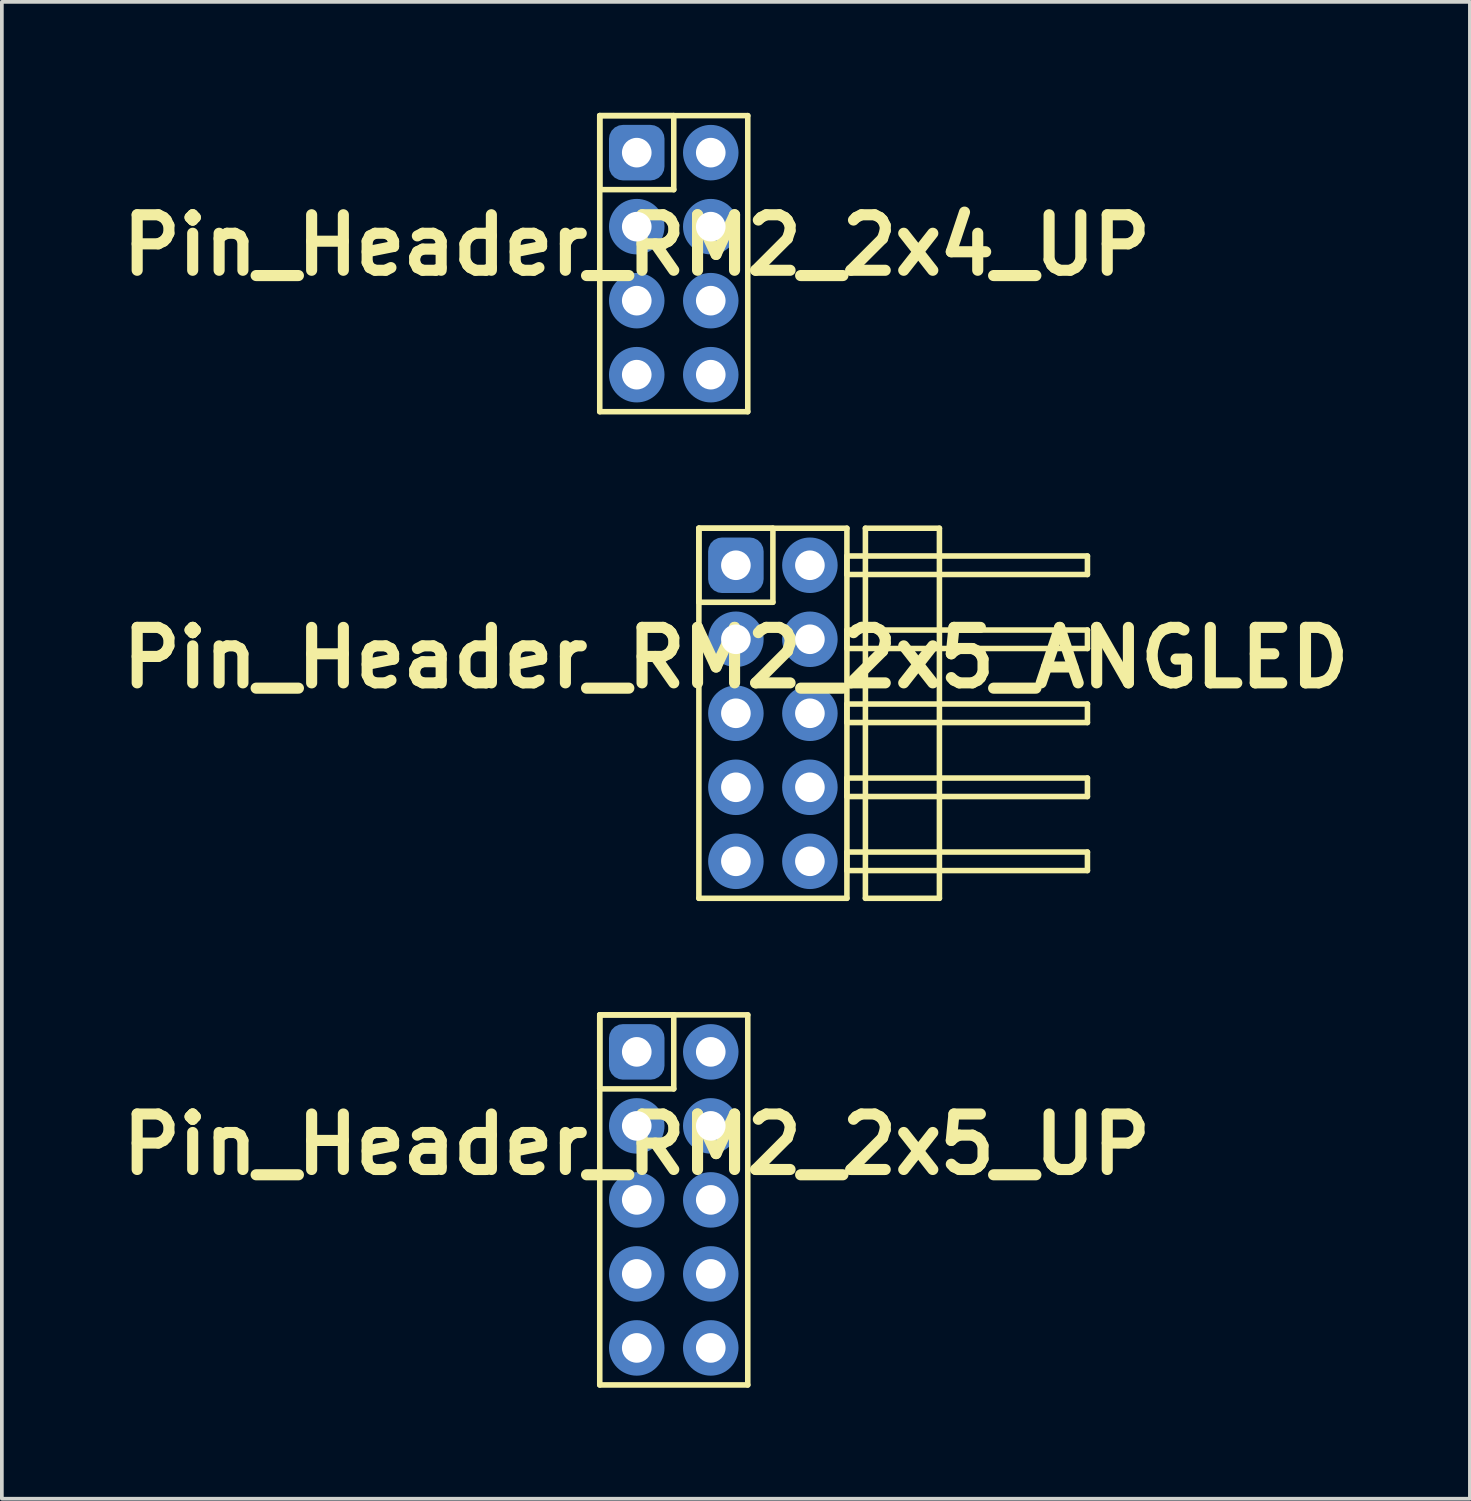
<source format=kicad_pcb>
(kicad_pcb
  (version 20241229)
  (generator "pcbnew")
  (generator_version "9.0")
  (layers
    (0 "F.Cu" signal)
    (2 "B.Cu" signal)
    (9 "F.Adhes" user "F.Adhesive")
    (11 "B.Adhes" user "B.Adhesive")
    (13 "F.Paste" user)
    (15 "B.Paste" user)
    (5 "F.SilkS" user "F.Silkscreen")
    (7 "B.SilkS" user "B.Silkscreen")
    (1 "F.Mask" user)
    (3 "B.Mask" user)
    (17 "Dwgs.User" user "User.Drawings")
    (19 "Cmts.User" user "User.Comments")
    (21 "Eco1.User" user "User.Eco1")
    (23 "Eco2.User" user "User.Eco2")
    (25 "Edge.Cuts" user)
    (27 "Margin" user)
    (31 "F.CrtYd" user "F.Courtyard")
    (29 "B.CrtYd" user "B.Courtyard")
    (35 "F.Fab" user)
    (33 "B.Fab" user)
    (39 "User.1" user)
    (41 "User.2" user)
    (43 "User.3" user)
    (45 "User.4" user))
  (footprint "Pin_Header_RM2_2x5_ANGLED"
    (layer "F.Cu")
    (at 16.836 12.225)
    (property "Reference" "Pin_Header_RM2_2x5_ANGLED" (at 0 2.5 0) (layer "F.SilkS") (effects (font (size 1.5 1.5) (thickness 0.3))))
    (attr through_hole)
    (fp_line (start -1 -1) (end 1 -1) (stroke (width 0.15) (type solid)) (layer "F.SilkS"))
    (fp_line (start -1 -1) (end 3 -1) (stroke (width 0.15) (type solid)) (layer "F.SilkS"))
    (fp_line (start -1 1) (end -1 -1) (stroke (width 0.15) (type solid)) (layer "F.SilkS"))
    (fp_line (start -1 9) (end -1 -1) (stroke (width 0.15) (type solid)) (layer "F.SilkS"))
    (fp_line (start 1 -1) (end 1 1) (stroke (width 0.15) (type solid)) (layer "F.SilkS"))
    (fp_line (start 1 1) (end -1 1) (stroke (width 0.15) (type solid)) (layer "F.SilkS"))
    (fp_line (start 3 -1) (end 3 9) (stroke (width 0.15) (type solid)) (layer "F.SilkS"))
    (fp_line (start 3 -0.25) (end 9.5 -0.25) (stroke (width 0.15) (type solid)) (layer "F.SilkS"))
    (fp_line (start 3 0.25) (end 3 -0.25) (stroke (width 0.15) (type solid)) (layer "F.SilkS"))
    (fp_line (start 3 1.75) (end 9.5 1.75) (stroke (width 0.15) (type solid)) (layer "F.SilkS"))
    (fp_line (start 3 2.25) (end 3 1.75) (stroke (width 0.15) (type solid)) (layer "F.SilkS"))
    (fp_line (start 3 3.75) (end 9.5 3.75) (stroke (width 0.15) (type solid)) (layer "F.SilkS"))
    (fp_line (start 3 4.25) (end 3 3.75) (stroke (width 0.15) (type solid)) (layer "F.SilkS"))
    (fp_line (start 3 5.75) (end 9.5 5.75) (stroke (width 0.15) (type solid)) (layer "F.SilkS"))
    (fp_line (start 3 6.25) (end 3 5.75) (stroke (width 0.15) (type solid)) (layer "F.SilkS"))
    (fp_line (start 3 7.75) (end 9.5 7.75) (stroke (width 0.15) (type solid)) (layer "F.SilkS"))
    (fp_line (start 3 8.25) (end 3 7.75) (stroke (width 0.15) (type solid)) (layer "F.SilkS"))
    (fp_line (start 3 9) (end -1 9) (stroke (width 0.15) (type solid)) (layer "F.SilkS"))
    (fp_line (start 3.5 -1) (end 5.5 -1) (stroke (width 0.15) (type solid)) (layer "F.SilkS"))
    (fp_line (start 3.5 9) (end 3.5 -1) (stroke (width 0.15) (type solid)) (layer "F.SilkS"))
    (fp_line (start 5.5 -1) (end 5.5 9) (stroke (width 0.15) (type solid)) (layer "F.SilkS"))
    (fp_line (start 5.5 9) (end 3.5 9) (stroke (width 0.15) (type solid)) (layer "F.SilkS"))
    (fp_line (start 9.5 -0.25) (end 9.5 0.25) (stroke (width 0.15) (type solid)) (layer "F.SilkS"))
    (fp_line (start 9.5 0.25) (end 3 0.25) (stroke (width 0.15) (type solid)) (layer "F.SilkS"))
    (fp_line (start 9.5 1.75) (end 9.5 2.25) (stroke (width 0.15) (type solid)) (layer "F.SilkS"))
    (fp_line (start 9.5 2.25) (end 3 2.25) (stroke (width 0.15) (type solid)) (layer "F.SilkS"))
    (fp_line (start 9.5 3.75) (end 9.5 4.25) (stroke (width 0.15) (type solid)) (layer "F.SilkS"))
    (fp_line (start 9.5 4.25) (end 3 4.25) (stroke (width 0.15) (type solid)) (layer "F.SilkS"))
    (fp_line (start 9.5 5.75) (end 9.5 6.25) (stroke (width 0.15) (type solid)) (layer "F.SilkS"))
    (fp_line (start 9.5 6.25) (end 3 6.25) (stroke (width 0.15) (type solid)) (layer "F.SilkS"))
    (fp_line (start 9.5 7.75) (end 9.5 8.25) (stroke (width 0.15) (type solid)) (layer "F.SilkS"))
    (fp_line (start 9.5 8.25) (end 3 8.25) (stroke (width 0.15) (type solid)) (layer "F.SilkS"))
    (pad "1" thru_hole circle (at 0 0) (size 1.1 1.1) (drill 0.8) (layers "*.Cu" "*.Mask"))
    (pad "1" smd roundrect (at 0 0) (size 1.25 1.25) (layers "F.Cu" "F.Mask") (roundrect_rratio 0.25))
    (pad "1" smd roundrect (at 0 0) (size 1.5 1.5) (layers "B.Cu" "B.Mask") (roundrect_rratio 0.25))
    (pad "2" thru_hole circle (at 2 0) (size 1.1 1.1) (drill 0.8) (layers "*.Cu" "*.Mask"))
    (pad "2" smd circle (at 2 0) (size 1.25 1.25) (layers "F.Cu" "F.Mask"))
    (pad "2" smd circle (at 2 0) (size 1.5 1.5) (layers "B.Cu" "B.Mask"))
    (pad "3" thru_hole circle (at 0 2) (size 1.1 1.1) (drill 0.8) (layers "*.Cu" "*.Mask"))
    (pad "3" smd circle (at 0 2) (size 1.25 1.25) (layers "F.Cu" "F.Mask"))
    (pad "3" smd circle (at 0 2) (size 1.5 1.5) (layers "B.Cu" "B.Mask"))
    (pad "4" thru_hole circle (at 2 2) (size 1.1 1.1) (drill 0.8) (layers "*.Cu" "*.Mask"))
    (pad "4" smd circle (at 2 2) (size 1.25 1.25) (layers "F.Cu" "F.Mask"))
    (pad "4" smd circle (at 2 2) (size 1.5 1.5) (layers "B.Cu" "B.Mask"))
    (pad "5" thru_hole circle (at 0 4) (size 1.1 1.1) (drill 0.8) (layers "*.Cu" "*.Mask"))
    (pad "5" smd circle (at 0 4) (size 1.25 1.25) (layers "F.Cu" "F.Mask"))
    (pad "5" smd circle (at 0 4) (size 1.5 1.5) (layers "B.Cu" "B.Mask"))
    (pad "6" thru_hole circle (at 2 4) (size 1.1 1.1) (drill 0.8) (layers "*.Cu" "*.Mask"))
    (pad "6" smd circle (at 2 4) (size 1.25 1.25) (layers "F.Cu" "F.Mask"))
    (pad "6" smd circle (at 2 4) (size 1.5 1.5) (layers "B.Cu" "B.Mask"))
    (pad "7" thru_hole circle (at 0 6) (size 1.1 1.1) (drill 0.8) (layers "*.Cu" "*.Mask"))
    (pad "7" smd circle (at 0 6) (size 1.25 1.25) (layers "F.Cu" "F.Mask"))
    (pad "7" smd circle (at 0 6) (size 1.5 1.5) (layers "B.Cu" "B.Mask"))
    (pad "8" thru_hole circle (at 2 6) (size 1.1 1.1) (drill 0.8) (layers "*.Cu" "*.Mask"))
    (pad "8" smd circle (at 2 6) (size 1.25 1.25) (layers "F.Cu" "F.Mask"))
    (pad "8" smd circle (at 2 6) (size 1.5 1.5) (layers "B.Cu" "B.Mask"))
    (pad "9" thru_hole circle (at 0 8) (size 1.1 1.1) (drill 0.8) (layers "*.Cu" "*.Mask"))
    (pad "9" smd circle (at 0 8) (size 1.25 1.25) (layers "F.Cu" "F.Mask"))
    (pad "9" smd circle (at 0 8) (size 1.5 1.5) (layers "B.Cu" "B.Mask"))
    (pad "10" thru_hole circle (at 2 8) (size 1.1 1.1) (drill 0.8) (layers "*.Cu" "*.Mask"))
    (pad "10" smd circle (at 2 8) (size 1.25 1.25) (layers "F.Cu" "F.Mask"))
    (pad "10" smd circle (at 2 8) (size 1.5 1.5) (layers "B.Cu" "B.Mask")))
  (footprint "Pin_Header_RM2_2x4_UP"
    (layer "F.Cu")
    (at 14.157 1.075)
    (property "Reference" "Pin_Header_RM2_2x4_UP" (at 0 2.5 0) (layer "F.SilkS") (effects (font (size 1.5 1.5) (thickness 0.3))))
    (attr through_hole)
    (fp_line (start -1 -1) (end 1 -1) (stroke (width 0.15) (type solid)) (layer "F.SilkS"))
    (fp_line (start -1 -1) (end 3 -1) (stroke (width 0.15) (type solid)) (layer "F.SilkS"))
    (fp_line (start -1 1) (end -1 -1) (stroke (width 0.15) (type solid)) (layer "F.SilkS"))
    (fp_line (start -1 7) (end -1 -1) (stroke (width 0.15) (type solid)) (layer "F.SilkS"))
    (fp_line (start 1 -1) (end 1 1) (stroke (width 0.15) (type solid)) (layer "F.SilkS"))
    (fp_line (start 1 1) (end -1 1) (stroke (width 0.15) (type solid)) (layer "F.SilkS"))
    (fp_line (start 3 -1) (end 3 7) (stroke (width 0.15) (type solid)) (layer "F.SilkS"))
    (fp_line (start 3 7) (end -1 7) (stroke (width 0.15) (type solid)) (layer "F.SilkS"))
    (pad "1" thru_hole circle (at 0 0) (size 1.1 1.1) (drill 0.8) (layers "*.Cu" "*.Mask"))
    (pad "1" smd roundrect (at 0 0) (size 1.25 1.25) (layers "F.Cu" "F.Mask") (roundrect_rratio 0.25))
    (pad "1" smd roundrect (at 0 0) (size 1.5 1.5) (layers "B.Cu" "B.Mask") (roundrect_rratio 0.25))
    (pad "2" thru_hole circle (at 2 0) (size 1.1 1.1) (drill 0.8) (layers "*.Cu" "*.Mask"))
    (pad "2" smd circle (at 2 0) (size 1.25 1.25) (layers "F.Cu" "F.Mask"))
    (pad "2" smd circle (at 2 0) (size 1.5 1.5) (layers "B.Cu" "B.Mask"))
    (pad "3" thru_hole circle (at 0 2) (size 1.1 1.1) (drill 0.8) (layers "*.Cu" "*.Mask"))
    (pad "3" smd circle (at 0 2) (size 1.25 1.25) (layers "F.Cu" "F.Mask"))
    (pad "3" smd circle (at 0 2) (size 1.5 1.5) (layers "B.Cu" "B.Mask"))
    (pad "4" thru_hole circle (at 2 2) (size 1.1 1.1) (drill 0.8) (layers "*.Cu" "*.Mask"))
    (pad "4" smd circle (at 2 2) (size 1.25 1.25) (layers "F.Cu" "F.Mask"))
    (pad "4" smd circle (at 2 2) (size 1.5 1.5) (layers "B.Cu" "B.Mask"))
    (pad "5" thru_hole circle (at 0 4) (size 1.1 1.1) (drill 0.8) (layers "*.Cu" "*.Mask"))
    (pad "5" smd circle (at 0 4) (size 1.25 1.25) (layers "F.Cu" "F.Mask"))
    (pad "5" smd circle (at 0 4) (size 1.5 1.5) (layers "B.Cu" "B.Mask"))
    (pad "6" thru_hole circle (at 2 4) (size 1.1 1.1) (drill 0.8) (layers "*.Cu" "*.Mask"))
    (pad "6" smd circle (at 2 4) (size 1.25 1.25) (layers "F.Cu" "F.Mask"))
    (pad "6" smd circle (at 2 4) (size 1.5 1.5) (layers "B.Cu" "B.Mask"))
    (pad "7" thru_hole circle (at 0 6) (size 1.1 1.1) (drill 0.8) (layers "*.Cu" "*.Mask"))
    (pad "7" smd circle (at 0 6) (size 1.25 1.25) (layers "F.Cu" "F.Mask"))
    (pad "7" smd circle (at 0 6) (size 1.5 1.5) (layers "B.Cu" "B.Mask"))
    (pad "8" thru_hole circle (at 2 6) (size 1.1 1.1) (drill 0.8) (layers "*.Cu" "*.Mask"))
    (pad "8" smd circle (at 2 6) (size 1.25 1.25) (layers "F.Cu" "F.Mask"))
    (pad "8" smd circle (at 2 6) (size 1.5 1.5) (layers "B.Cu" "B.Mask")))
  (footprint "Pin_Header_RM2_2x5_UP"
    (layer "F.Cu")
    (at 14.157 25.375)
    (property "Reference" "Pin_Header_RM2_2x5_UP" (at 0 2.5 0) (layer "F.SilkS") (effects (font (size 1.5 1.5) (thickness 0.3))))
    (attr through_hole)
    (fp_line (start -1 -1) (end 1 -1) (stroke (width 0.15) (type solid)) (layer "F.SilkS"))
    (fp_line (start -1 -1) (end 3 -1) (stroke (width 0.15) (type solid)) (layer "F.SilkS"))
    (fp_line (start -1 1) (end -1 -1) (stroke (width 0.15) (type solid)) (layer "F.SilkS"))
    (fp_line (start -1 9) (end -1 -1) (stroke (width 0.15) (type solid)) (layer "F.SilkS"))
    (fp_line (start 1 -1) (end 1 1) (stroke (width 0.15) (type solid)) (layer "F.SilkS"))
    (fp_line (start 1 1) (end -1 1) (stroke (width 0.15) (type solid)) (layer "F.SilkS"))
    (fp_line (start 3 -1) (end 3 9) (stroke (width 0.15) (type solid)) (layer "F.SilkS"))
    (fp_line (start 3 9) (end -1 9) (stroke (width 0.15) (type solid)) (layer "F.SilkS"))
    (pad "1" thru_hole circle (at 0 0) (size 1.1 1.1) (drill 0.8) (layers "*.Cu" "*.Mask"))
    (pad "1" smd roundrect (at 0 0) (size 1.25 1.25) (layers "F.Cu" "F.Mask") (roundrect_rratio 0.25))
    (pad "1" smd roundrect (at 0 0) (size 1.5 1.5) (layers "B.Cu" "B.Mask") (roundrect_rratio 0.25))
    (pad "2" thru_hole circle (at 2 0) (size 1.1 1.1) (drill 0.8) (layers "*.Cu" "*.Mask"))
    (pad "2" smd circle (at 2 0) (size 1.25 1.25) (layers "F.Cu" "F.Mask"))
    (pad "2" smd circle (at 2 0) (size 1.5 1.5) (layers "B.Cu" "B.Mask"))
    (pad "3" thru_hole circle (at 0 2) (size 1.1 1.1) (drill 0.8) (layers "*.Cu" "*.Mask"))
    (pad "3" smd circle (at 0 2) (size 1.25 1.25) (layers "F.Cu" "F.Mask"))
    (pad "3" smd circle (at 0 2) (size 1.5 1.5) (layers "B.Cu" "B.Mask"))
    (pad "4" thru_hole circle (at 2 2) (size 1.1 1.1) (drill 0.8) (layers "*.Cu" "*.Mask"))
    (pad "4" smd circle (at 2 2) (size 1.25 1.25) (layers "F.Cu" "F.Mask"))
    (pad "4" smd circle (at 2 2) (size 1.5 1.5) (layers "B.Cu" "B.Mask"))
    (pad "5" thru_hole circle (at 0 4) (size 1.1 1.1) (drill 0.8) (layers "*.Cu" "*.Mask"))
    (pad "5" smd circle (at 0 4) (size 1.25 1.25) (layers "F.Cu" "F.Mask"))
    (pad "5" smd circle (at 0 4) (size 1.5 1.5) (layers "B.Cu" "B.Mask"))
    (pad "6" thru_hole circle (at 2 4) (size 1.1 1.1) (drill 0.8) (layers "*.Cu" "*.Mask"))
    (pad "6" smd circle (at 2 4) (size 1.25 1.25) (layers "F.Cu" "F.Mask"))
    (pad "6" smd circle (at 2 4) (size 1.5 1.5) (layers "B.Cu" "B.Mask"))
    (pad "7" thru_hole circle (at 0 6) (size 1.1 1.1) (drill 0.8) (layers "*.Cu" "*.Mask"))
    (pad "7" smd circle (at 0 6) (size 1.25 1.25) (layers "F.Cu" "F.Mask"))
    (pad "7" smd circle (at 0 6) (size 1.5 1.5) (layers "B.Cu" "B.Mask"))
    (pad "8" thru_hole circle (at 2 6) (size 1.1 1.1) (drill 0.8) (layers "*.Cu" "*.Mask"))
    (pad "8" smd circle (at 2 6) (size 1.25 1.25) (layers "F.Cu" "F.Mask"))
    (pad "8" smd circle (at 2 6) (size 1.5 1.5) (layers "B.Cu" "B.Mask"))
    (pad "9" thru_hole circle (at 0 8) (size 1.1 1.1) (drill 0.8) (layers "*.Cu" "*.Mask"))
    (pad "9" smd circle (at 0 8) (size 1.25 1.25) (layers "F.Cu" "F.Mask"))
    (pad "9" smd circle (at 0 8) (size 1.5 1.5) (layers "B.Cu" "B.Mask"))
    (pad "10" thru_hole circle (at 2 8) (size 1.1 1.1) (drill 0.8) (layers "*.Cu" "*.Mask"))
    (pad "10" smd circle (at 2 8) (size 1.25 1.25) (layers "F.Cu" "F.Mask"))
    (pad "10" smd circle (at 2 8) (size 1.5 1.5) (layers "B.Cu" "B.Mask")))
  (gr_rect
    (start -3 -3)
    (end 36.671 37.45)
    (stroke (width 0.1) (type default))
    (fill no)
    (layer "Edge.Cuts")))
</source>
